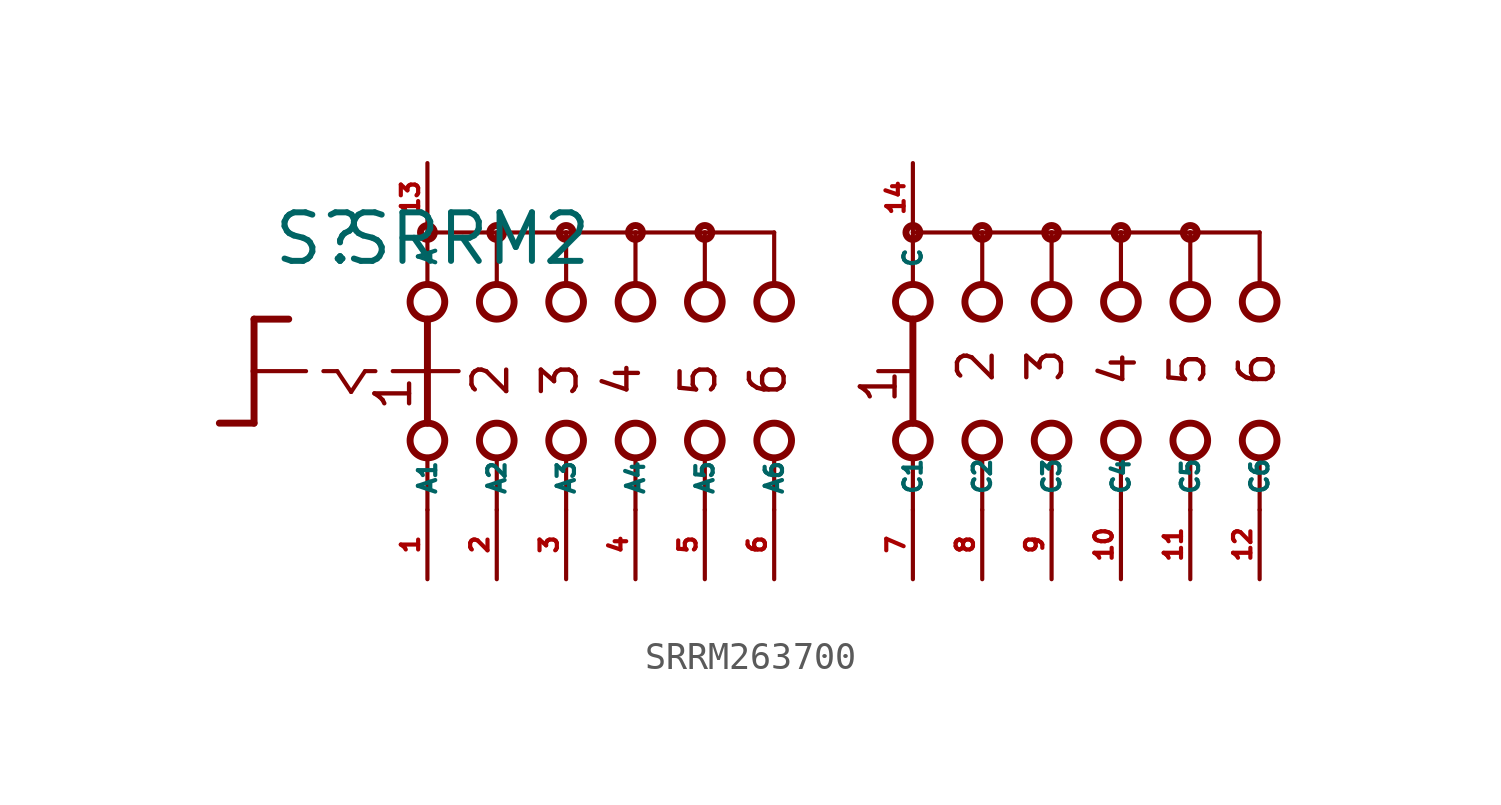
<source format=kicad_sym>
(kicad_symbol_lib
  (version 20220914)
  (generator Eagle2Kicad)
  (symbol "SRRM263700"
    (property "Reference" "S"
      (at -18.415 3.81 0)
      (effects (font (size 1.778 1.778) (thickness 0.22)) (justify left bottom)))
    (property "Value" "SRRM2"
      (at -15.875 3.81 0)
      (effects (font (size 1.778 1.778) (thickness 0.22)) (justify left bottom)))
    (polyline
      (pts (xy -19.05 1.905) (xy -17.78 1.905))
      (stroke (width 0.254) (type default))
      (fill (type none)))
    (polyline
      (pts (xy -19.05 1.905) (xy -19.05 0))
      (stroke (width 0.254) (type default))
      (fill (type none)))
    (polyline
      (pts (xy -19.05 -1.905) (xy -20.32 -1.905))
      (stroke (width 0.254) (type default))
      (fill (type none)))
    (polyline
      (pts (xy -19.05 0) (xy -17.145 0))
      (stroke (width 0.152) (type default))
      (fill (type none)))
    (polyline
      (pts (xy -19.05 0) (xy -19.05 -1.905))
      (stroke (width 0.254) (type default))
      (fill (type none)))
    (polyline
      (pts (xy -16.51 0) (xy -16.002 0))
      (stroke (width 0.152) (type default))
      (fill (type none)))
    (polyline
      (pts (xy -14.986 0) (xy -14.605 0))
      (stroke (width 0.152) (type default))
      (fill (type none)))
    (polyline
      (pts (xy -13.97 0) (xy -12.827 0))
      (stroke (width 0.152) (type default))
      (fill (type none)))
    (polyline
      (pts (xy -16.002 0) (xy -15.494 -0.762))
      (stroke (width 0.152) (type default))
      (fill (type none)))
    (polyline
      (pts (xy -15.494 -0.762) (xy -14.986 0))
      (stroke (width 0.152) (type default))
      (fill (type none)))
    (polyline
      (pts (xy -10.16 3.175) (xy -10.16 5.08))
      (stroke (width 0.152) (type default))
      (fill (type none)))
    (polyline
      (pts (xy -7.62 3.175) (xy -7.62 5.08))
      (stroke (width 0.152) (type default))
      (fill (type none)))
    (polyline
      (pts (xy -5.08 3.175) (xy -5.08 5.08))
      (stroke (width 0.152) (type default))
      (fill (type none)))
    (polyline
      (pts (xy -10.16 -5.08) (xy -10.16 -3.175))
      (stroke (width 0.152) (type default))
      (fill (type none)))
    (polyline
      (pts (xy -7.62 -5.08) (xy -7.62 -3.175))
      (stroke (width 0.152) (type default))
      (fill (type none)))
    (polyline
      (pts (xy -5.08 -5.08) (xy -5.08 -3.175))
      (stroke (width 0.152) (type default))
      (fill (type none)))
    (polyline
      (pts (xy -7.62 5.08) (xy -10.16 5.08))
      (stroke (width 0.152) (type default))
      (fill (type none)))
    (polyline
      (pts (xy -7.62 5.08) (xy -5.08 5.08))
      (stroke (width 0.152) (type default))
      (fill (type none)))
    (polyline
      (pts (xy -2.54 -5.08) (xy -2.54 -3.175))
      (stroke (width 0.152) (type default))
      (fill (type none)))
    (polyline
      (pts (xy 0 -5.08) (xy 0 -3.175))
      (stroke (width 0.152) (type default))
      (fill (type none)))
    (polyline
      (pts (xy -2.54 3.175) (xy -2.54 5.08))
      (stroke (width 0.152) (type default))
      (fill (type none)))
    (polyline
      (pts (xy 0 3.175) (xy 0 5.08))
      (stroke (width 0.152) (type default))
      (fill (type none)))
    (polyline
      (pts (xy -5.08 5.08) (xy -2.54 5.08))
      (stroke (width 0.152) (type default))
      (fill (type none)))
    (polyline
      (pts (xy -2.54 5.08) (xy 0 5.08))
      (stroke (width 0.152) (type default))
      (fill (type none)))
    (polyline
      (pts (xy -12.7 5.08) (xy -12.7 3.175))
      (stroke (width 0.152) (type default))
      (fill (type none)))
    (polyline
      (pts (xy -12.7 1.905) (xy -12.7 0))
      (stroke (width 0.254) (type default))
      (fill (type none)))
    (polyline
      (pts (xy -12.7 -3.175) (xy -12.7 -5.08))
      (stroke (width 0.152) (type default))
      (fill (type none)))
    (polyline
      (pts (xy -10.16 5.08) (xy -12.7 5.08))
      (stroke (width 0.152) (type default))
      (fill (type none)))
    (polyline
      (pts (xy 5.08 3.175) (xy 5.08 5.08))
      (stroke (width 0.152) (type default))
      (fill (type none)))
    (polyline
      (pts (xy 5.08 -5.08) (xy 5.08 -3.175))
      (stroke (width 0.152) (type default))
      (fill (type none)))
    (polyline
      (pts (xy 7.62 3.175) (xy 7.62 5.08))
      (stroke (width 0.152) (type default))
      (fill (type none)))
    (polyline
      (pts (xy 10.16 3.175) (xy 10.16 5.08))
      (stroke (width 0.152) (type default))
      (fill (type none)))
    (polyline
      (pts (xy 12.7 3.175) (xy 12.7 5.08))
      (stroke (width 0.152) (type default))
      (fill (type none)))
    (polyline
      (pts (xy 15.24 3.175) (xy 15.24 5.08))
      (stroke (width 0.152) (type default))
      (fill (type none)))
    (polyline
      (pts (xy 17.78 3.175) (xy 17.78 5.08))
      (stroke (width 0.152) (type default))
      (fill (type none)))
    (polyline
      (pts (xy 5.08 5.08) (xy 7.62 5.08))
      (stroke (width 0.152) (type default))
      (fill (type none)))
    (polyline
      (pts (xy 7.62 5.08) (xy 10.16 5.08))
      (stroke (width 0.152) (type default))
      (fill (type none)))
    (polyline
      (pts (xy 10.16 5.08) (xy 12.7 5.08))
      (stroke (width 0.152) (type default))
      (fill (type none)))
    (polyline
      (pts (xy 12.7 5.08) (xy 15.24 5.08))
      (stroke (width 0.152) (type default))
      (fill (type none)))
    (polyline
      (pts (xy 15.24 5.08) (xy 17.78 5.08))
      (stroke (width 0.152) (type default))
      (fill (type none)))
    (polyline
      (pts (xy 7.62 -5.08) (xy 7.62 -3.175))
      (stroke (width 0.152) (type default))
      (fill (type none)))
    (polyline
      (pts (xy 10.16 -5.08) (xy 10.16 -3.175))
      (stroke (width 0.152) (type default))
      (fill (type none)))
    (polyline
      (pts (xy 12.7 -5.08) (xy 12.7 -3.175))
      (stroke (width 0.152) (type default))
      (fill (type none)))
    (polyline
      (pts (xy 15.24 -5.08) (xy 15.24 -3.175))
      (stroke (width 0.152) (type default))
      (fill (type none)))
    (polyline
      (pts (xy 17.78 -5.08) (xy 17.78 -3.175))
      (stroke (width 0.152) (type default))
      (fill (type none)))
    (polyline
      (pts (xy 5.08 1.905) (xy 5.08 -1.905))
      (stroke (width 0.254) (type default))
      (fill (type none)))
    (polyline
      (pts (xy 3.81 0) (xy 4.953 0))
      (stroke (width 0.152) (type default))
      (fill (type none)))
    (polyline
      (pts (xy -12.7 0) (xy -11.557 0))
      (stroke (width 0.152) (type default))
      (fill (type none)))
    (polyline
      (pts (xy -12.7 0) (xy -12.7 -1.905))
      (stroke (width 0.254) (type default))
      (fill (type none)))
    (text "2"
      (at 8.128 -0.508 900)
      (effects (font (size 1.27 1.27) (thickness 0.16)) (justify left bottom)))
    (text "3"
      (at 10.668 -0.508 900)
      (effects (font (size 1.27 1.27) (thickness 0.16)) (justify left bottom)))
    (text "4"
      (at 13.335 -0.635 900)
      (effects (font (size 1.27 1.27) (thickness 0.16)) (justify left bottom)))
    (text "5"
      (at 15.875 -0.635 900)
      (effects (font (size 1.27 1.27) (thickness 0.16)) (justify left bottom)))
    (text "6"
      (at 18.415 -0.635 900)
      (effects (font (size 1.27 1.27) (thickness 0.16)) (justify left bottom)))
    (text "1"
      (at 4.572 -1.27 900)
      (effects (font (size 1.27 1.27) (thickness 0.16)) (justify left bottom)))
    (text "1"
      (at -13.208 -1.524 900)
      (effects (font (size 1.27 1.27) (thickness 0.16)) (justify left bottom)))
    (text "2"
      (at -9.652 -1.016 900)
      (effects (font (size 1.27 1.27) (thickness 0.16)) (justify left bottom)))
    (text "3"
      (at -7.112 -1.016 900)
      (effects (font (size 1.27 1.27) (thickness 0.16)) (justify left bottom)))
    (text "4"
      (at -4.826 -1.016 900)
      (effects (font (size 1.27 1.27) (thickness 0.16)) (justify left bottom)))
    (text "5"
      (at -2.032 -1.016 900)
      (effects (font (size 1.27 1.27) (thickness 0.16)) (justify left bottom)))
    (text "6"
      (at 0.508 -1.016 900)
      (effects (font (size 1.27 1.27) (thickness 0.16)) (justify left bottom)))
    (circle
      (center -7.62 5.08)
      (radius 0.254)
      (stroke (width 0.254) (type default))
      (fill (type none)))
    (circle
      (center -5.08 5.08)
      (radius 0.254)
      (stroke (width 0.254) (type default))
      (fill (type none)))
    (circle
      (center -12.7 5.08)
      (radius 0.254)
      (stroke (width 0.254) (type default))
      (fill (type none)))
    (circle
      (center -10.16 5.08)
      (radius 0.254)
      (stroke (width 0.254) (type default))
      (fill (type none)))
    (circle
      (center -12.7 2.54)
      (radius 0.635)
      (stroke (width 0.254) (type default))
      (fill (type none)))
    (circle
      (center -10.16 2.54)
      (radius 0.635)
      (stroke (width 0.254) (type default))
      (fill (type none)))
    (circle
      (center -7.62 2.54)
      (radius 0.635)
      (stroke (width 0.254) (type default))
      (fill (type none)))
    (circle
      (center -12.7 -2.54)
      (radius 0.635)
      (stroke (width 0.254) (type default))
      (fill (type none)))
    (circle
      (center -10.16 -2.54)
      (radius 0.635)
      (stroke (width 0.254) (type default))
      (fill (type none)))
    (circle
      (center -7.62 -2.54)
      (radius 0.635)
      (stroke (width 0.254) (type default))
      (fill (type none)))
    (circle
      (center -2.54 5.08)
      (radius 0.254)
      (stroke (width 0.254) (type default))
      (fill (type none)))
    (circle
      (center -5.08 2.54)
      (radius 0.635)
      (stroke (width 0.254) (type default))
      (fill (type none)))
    (circle
      (center -2.54 2.54)
      (radius 0.635)
      (stroke (width 0.254) (type default))
      (fill (type none)))
    (circle
      (center -5.08 -2.54)
      (radius 0.635)
      (stroke (width 0.254) (type default))
      (fill (type none)))
    (circle
      (center -2.54 -2.54)
      (radius 0.635)
      (stroke (width 0.254) (type default))
      (fill (type none)))
    (circle
      (center 0 2.54)
      (radius 0.635)
      (stroke (width 0.254) (type default))
      (fill (type none)))
    (circle
      (center 0 -2.54)
      (radius 0.635)
      (stroke (width 0.254) (type default))
      (fill (type none)))
    (circle
      (center 5.08 5.08)
      (radius 0.254)
      (stroke (width 0.254) (type default))
      (fill (type none)))
    (circle
      (center 5.08 2.54)
      (radius 0.635)
      (stroke (width 0.254) (type default))
      (fill (type none)))
    (circle
      (center 5.08 -2.54)
      (radius 0.635)
      (stroke (width 0.254) (type default))
      (fill (type none)))
    (circle
      (center 7.62 2.54)
      (radius 0.635)
      (stroke (width 0.254) (type default))
      (fill (type none)))
    (circle
      (center 10.16 2.54)
      (radius 0.635)
      (stroke (width 0.254) (type default))
      (fill (type none)))
    (circle
      (center 12.7 2.54)
      (radius 0.635)
      (stroke (width 0.254) (type default))
      (fill (type none)))
    (circle
      (center 15.24 2.54)
      (radius 0.635)
      (stroke (width 0.254) (type default))
      (fill (type none)))
    (circle
      (center 17.78 2.54)
      (radius 0.635)
      (stroke (width 0.254) (type default))
      (fill (type none)))
    (circle
      (center 7.62 5.08)
      (radius 0.254)
      (stroke (width 0.254) (type default))
      (fill (type none)))
    (circle
      (center 10.16 5.08)
      (radius 0.254)
      (stroke (width 0.254) (type default))
      (fill (type none)))
    (circle
      (center 12.7 5.08)
      (radius 0.254)
      (stroke (width 0.254) (type default))
      (fill (type none)))
    (circle
      (center 15.24 5.08)
      (radius 0.254)
      (stroke (width 0.254) (type default))
      (fill (type none)))
    (circle
      (center 7.62 -2.54)
      (radius 0.635)
      (stroke (width 0.254) (type default))
      (fill (type none)))
    (circle
      (center 10.16 -2.54)
      (radius 0.635)
      (stroke (width 0.254) (type default))
      (fill (type none)))
    (circle
      (center 12.7 -2.54)
      (radius 0.635)
      (stroke (width 0.254) (type default))
      (fill (type none)))
    (circle
      (center 15.24 -2.54)
      (radius 0.635)
      (stroke (width 0.254) (type default))
      (fill (type none)))
    (circle
      (center 17.78 -2.54)
      (radius 0.635)
      (stroke (width 0.254) (type default))
      (fill (type none)))
    (pin passive line
      (at -12.7 -7.62 90)
      (length 2.54)
      (name "A1" (effects (font (size 0.635 0.635) (thickness 0.08)) (justify left bottom)))
      (number "1" (effects (font (size 0.635 0.635) (thickness 0.08)) (justify left bottom))))
    (pin passive line
      (at -12.7 7.62 270)
      (length 2.54)
      (name "A" (effects (font (size 0.635 0.635) (thickness 0.08)) (justify left bottom)))
      (number "13" (effects (font (size 0.635 0.635) (thickness 0.08)) (justify left bottom))))
    (pin passive line
      (at -10.16 -7.62 90)
      (length 2.54)
      (name "A2" (effects (font (size 0.635 0.635) (thickness 0.08)) (justify left bottom)))
      (number "2" (effects (font (size 0.635 0.635) (thickness 0.08)) (justify left bottom))))
    (pin passive line
      (at -7.62 -7.62 90)
      (length 2.54)
      (name "A3" (effects (font (size 0.635 0.635) (thickness 0.08)) (justify left bottom)))
      (number "3" (effects (font (size 0.635 0.635) (thickness 0.08)) (justify left bottom))))
    (pin passive line
      (at -5.08 -7.62 90)
      (length 2.54)
      (name "A4" (effects (font (size 0.635 0.635) (thickness 0.08)) (justify left bottom)))
      (number "4" (effects (font (size 0.635 0.635) (thickness 0.08)) (justify left bottom))))
    (pin passive line
      (at -2.54 -7.62 90)
      (length 2.54)
      (name "A5" (effects (font (size 0.635 0.635) (thickness 0.08)) (justify left bottom)))
      (number "5" (effects (font (size 0.635 0.635) (thickness 0.08)) (justify left bottom))))
    (pin passive line
      (at 0 -7.62 90)
      (length 2.54)
      (name "A6" (effects (font (size 0.635 0.635) (thickness 0.08)) (justify left bottom)))
      (number "6" (effects (font (size 0.635 0.635) (thickness 0.08)) (justify left bottom))))
    (pin passive line
      (at 5.08 -7.62 90)
      (length 2.54)
      (name "C1" (effects (font (size 0.635 0.635) (thickness 0.08)) (justify left bottom)))
      (number "7" (effects (font (size 0.635 0.635) (thickness 0.08)) (justify left bottom))))
    (pin passive line
      (at 7.62 -7.62 90)
      (length 2.54)
      (name "C2" (effects (font (size 0.635 0.635) (thickness 0.08)) (justify left bottom)))
      (number "8" (effects (font (size 0.635 0.635) (thickness 0.08)) (justify left bottom))))
    (pin passive line
      (at 10.16 -7.62 90)
      (length 2.54)
      (name "C3" (effects (font (size 0.635 0.635) (thickness 0.08)) (justify left bottom)))
      (number "9" (effects (font (size 0.635 0.635) (thickness 0.08)) (justify left bottom))))
    (pin passive line
      (at 12.7 -7.62 90)
      (length 2.54)
      (name "C4" (effects (font (size 0.635 0.635) (thickness 0.08)) (justify left bottom)))
      (number "10" (effects (font (size 0.635 0.635) (thickness 0.08)) (justify left bottom))))
    (pin passive line
      (at 15.24 -7.62 90)
      (length 2.54)
      (name "C5" (effects (font (size 0.635 0.635) (thickness 0.08)) (justify left bottom)))
      (number "11" (effects (font (size 0.635 0.635) (thickness 0.08)) (justify left bottom))))
    (pin passive line
      (at 17.78 -7.62 90)
      (length 2.54)
      (name "C6" (effects (font (size 0.635 0.635) (thickness 0.08)) (justify left bottom)))
      (number "12" (effects (font (size 0.635 0.635) (thickness 0.08)) (justify left bottom))))
    (pin passive line
      (at 5.08 7.62 270)
      (length 2.54)
      (name "C" (effects (font (size 0.635 0.635) (thickness 0.08)) (justify left bottom)))
      (number "14" (effects (font (size 0.635 0.635) (thickness 0.08)) (justify left bottom))))))
</source>
